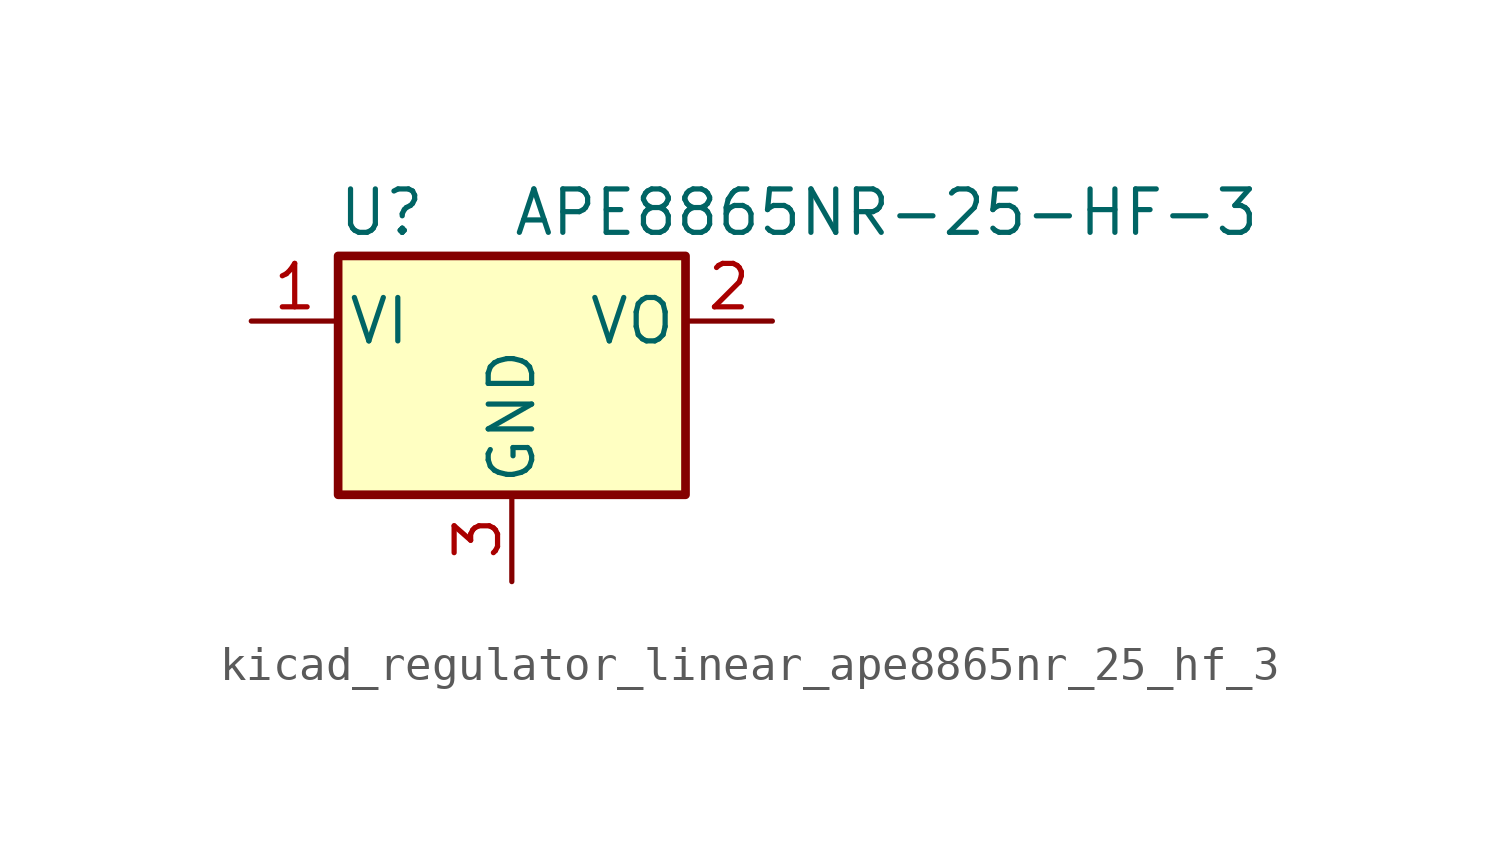
<source format=kicad_sym>
(kicad_symbol_lib
  (version 20220914)
  (generator kicad_symbol_editor)
  (symbol "kicad_regulator_linear_ape8865nr_25_hf_3"
    (pin_names
      (offset 0.254))
    (property "Reference" "U"
      (at -3.81 3.175 0)
      (effects (font (size 1.27 1.27))))
    (property "Value" "APE8865NR-25-HF-3"
      (at 0 3.175 0)
      (effects (font (size 1.27 1.27)) (justify left)))
    (symbol "kicad_regulator_linear_ape8865nr_25_hf_3_0_1"
      (rectangle (start -5.08 1.905) (end 5.08 -5.08) (stroke (width 0.254) (type default)) (fill (type background))))
    (symbol "kicad_regulator_linear_ape8865nr_25_hf_3_1_1"
      (pin power_in line (at -7.62 0 0) (length 2.54) (name "VI" (effects (font (size 1.27 1.27)))) (number "1" (effects (font (size 1.27 1.27)))))
      (pin power_out line (at 7.62 0 180) (length 2.54) (name "VO" (effects (font (size 1.27 1.27)))) (number "2" (effects (font (size 1.27 1.27)))))
      (pin power_in line (at 0 -7.62 90) (length 2.54) (name "GND" (effects (font (size 1.27 1.27)))) (number "3" (effects (font (size 1.27 1.27))))))))
</source>
